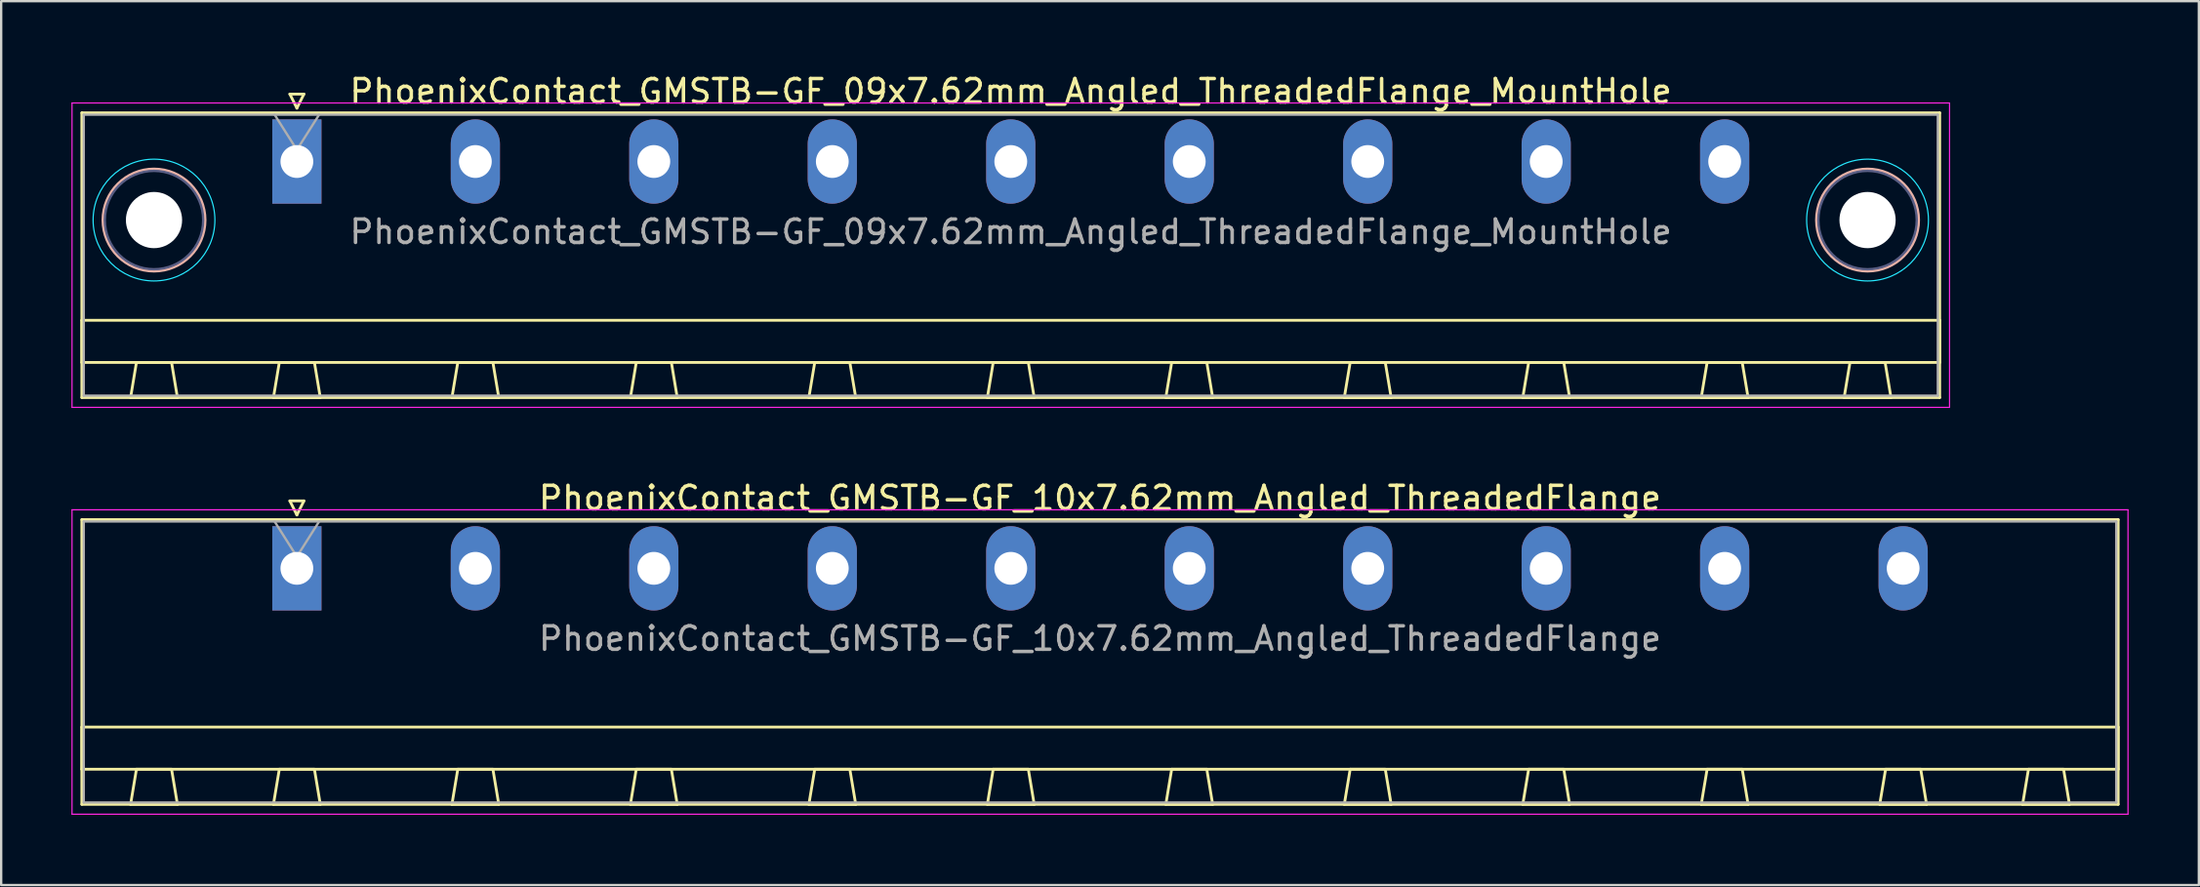
<source format=kicad_pcb>
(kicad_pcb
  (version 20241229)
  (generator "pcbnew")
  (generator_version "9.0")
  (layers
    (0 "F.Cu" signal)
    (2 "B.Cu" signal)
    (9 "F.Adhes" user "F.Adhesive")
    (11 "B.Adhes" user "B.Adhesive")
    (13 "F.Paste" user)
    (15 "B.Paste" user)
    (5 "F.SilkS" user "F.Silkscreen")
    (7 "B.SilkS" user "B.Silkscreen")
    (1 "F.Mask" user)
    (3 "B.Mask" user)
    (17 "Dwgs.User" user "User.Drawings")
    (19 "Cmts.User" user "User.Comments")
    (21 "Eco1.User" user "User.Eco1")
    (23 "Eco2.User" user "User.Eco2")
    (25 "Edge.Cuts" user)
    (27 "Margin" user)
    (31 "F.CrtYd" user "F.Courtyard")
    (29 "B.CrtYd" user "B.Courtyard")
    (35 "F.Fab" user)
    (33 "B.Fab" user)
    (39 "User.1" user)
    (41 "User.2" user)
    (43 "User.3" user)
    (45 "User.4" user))
  (footprint "PhoenixContact_GMSTB-GF_10x7.62mm_Angled_ThreadedFlange"
    (layer "F.Cu")
    (at 9.625 21.221)
    (property "Reference" "PhoenixContact_GMSTB-GF_10x7.62mm_Angled_ThreadedFlange" (at 34.29 -3 0) (layer "F.SilkS") (effects (font (size 1 1) (thickness 0.15))))
    (attr through_hole)
    (fp_line (start -9.18 -2.08) (end -9.18 10.08) (stroke (width 0.12) (type solid)) (layer "F.SilkS"))
    (fp_line (start -9.18 6.78) (end 77.76 6.78) (stroke (width 0.12) (type solid)) (layer "F.SilkS"))
    (fp_line (start -9.18 8.58) (end -9.18 6.78) (stroke (width 0.12) (type solid)) (layer "F.SilkS"))
    (fp_line (start -9.18 10.08) (end 77.76 10.08) (stroke (width 0.12) (type solid)) (layer "F.SilkS"))
    (fp_line (start -7.1 10.08) (end -5.1 10.08) (stroke (width 0.12) (type solid)) (layer "F.SilkS"))
    (fp_line (start -6.85 8.58) (end -7.1 10.08) (stroke (width 0.12) (type solid)) (layer "F.SilkS"))
    (fp_line (start -5.35 8.58) (end -6.85 8.58) (stroke (width 0.12) (type solid)) (layer "F.SilkS"))
    (fp_line (start -5.1 10.08) (end -5.35 8.58) (stroke (width 0.12) (type solid)) (layer "F.SilkS"))
    (fp_line (start -1 10.08) (end 1 10.08) (stroke (width 0.12) (type solid)) (layer "F.SilkS"))
    (fp_line (start -0.75 8.58) (end -1 10.08) (stroke (width 0.12) (type solid)) (layer "F.SilkS"))
    (fp_line (start -0.3 -2.88) (end 0.3 -2.88) (stroke (width 0.12) (type solid)) (layer "F.SilkS"))
    (fp_line (start 0 -2.28) (end -0.3 -2.88) (stroke (width 0.12) (type solid)) (layer "F.SilkS"))
    (fp_line (start 0.3 -2.88) (end 0 -2.28) (stroke (width 0.12) (type solid)) (layer "F.SilkS"))
    (fp_line (start 0.75 8.58) (end -0.75 8.58) (stroke (width 0.12) (type solid)) (layer "F.SilkS"))
    (fp_line (start 1 10.08) (end 0.75 8.58) (stroke (width 0.12) (type solid)) (layer "F.SilkS"))
    (fp_line (start 6.62 10.08) (end 8.62 10.08) (stroke (width 0.12) (type solid)) (layer "F.SilkS"))
    (fp_line (start 6.87 8.58) (end 6.62 10.08) (stroke (width 0.12) (type solid)) (layer "F.SilkS"))
    (fp_line (start 8.37 8.58) (end 6.87 8.58) (stroke (width 0.12) (type solid)) (layer "F.SilkS"))
    (fp_line (start 8.62 10.08) (end 8.37 8.58) (stroke (width 0.12) (type solid)) (layer "F.SilkS"))
    (fp_line (start 14.24 10.08) (end 16.24 10.08) (stroke (width 0.12) (type solid)) (layer "F.SilkS"))
    (fp_line (start 14.49 8.58) (end 14.24 10.08) (stroke (width 0.12) (type solid)) (layer "F.SilkS"))
    (fp_line (start 15.99 8.58) (end 14.49 8.58) (stroke (width 0.12) (type solid)) (layer "F.SilkS"))
    (fp_line (start 16.24 10.08) (end 15.99 8.58) (stroke (width 0.12) (type solid)) (layer "F.SilkS"))
    (fp_line (start 21.86 10.08) (end 23.86 10.08) (stroke (width 0.12) (type solid)) (layer "F.SilkS"))
    (fp_line (start 22.11 8.58) (end 21.86 10.08) (stroke (width 0.12) (type solid)) (layer "F.SilkS"))
    (fp_line (start 23.61 8.58) (end 22.11 8.58) (stroke (width 0.12) (type solid)) (layer "F.SilkS"))
    (fp_line (start 23.86 10.08) (end 23.61 8.58) (stroke (width 0.12) (type solid)) (layer "F.SilkS"))
    (fp_line (start 29.48 10.08) (end 31.48 10.08) (stroke (width 0.12) (type solid)) (layer "F.SilkS"))
    (fp_line (start 29.73 8.58) (end 29.48 10.08) (stroke (width 0.12) (type solid)) (layer "F.SilkS"))
    (fp_line (start 31.23 8.58) (end 29.73 8.58) (stroke (width 0.12) (type solid)) (layer "F.SilkS"))
    (fp_line (start 31.48 10.08) (end 31.23 8.58) (stroke (width 0.12) (type solid)) (layer "F.SilkS"))
    (fp_line (start 37.1 10.08) (end 39.1 10.08) (stroke (width 0.12) (type solid)) (layer "F.SilkS"))
    (fp_line (start 37.35 8.58) (end 37.1 10.08) (stroke (width 0.12) (type solid)) (layer "F.SilkS"))
    (fp_line (start 38.85 8.58) (end 37.35 8.58) (stroke (width 0.12) (type solid)) (layer "F.SilkS"))
    (fp_line (start 39.1 10.08) (end 38.85 8.58) (stroke (width 0.12) (type solid)) (layer "F.SilkS"))
    (fp_line (start 44.72 10.08) (end 46.72 10.08) (stroke (width 0.12) (type solid)) (layer "F.SilkS"))
    (fp_line (start 44.97 8.58) (end 44.72 10.08) (stroke (width 0.12) (type solid)) (layer "F.SilkS"))
    (fp_line (start 46.47 8.58) (end 44.97 8.58) (stroke (width 0.12) (type solid)) (layer "F.SilkS"))
    (fp_line (start 46.72 10.08) (end 46.47 8.58) (stroke (width 0.12) (type solid)) (layer "F.SilkS"))
    (fp_line (start 52.34 10.08) (end 54.34 10.08) (stroke (width 0.12) (type solid)) (layer "F.SilkS"))
    (fp_line (start 52.59 8.58) (end 52.34 10.08) (stroke (width 0.12) (type solid)) (layer "F.SilkS"))
    (fp_line (start 54.09 8.58) (end 52.59 8.58) (stroke (width 0.12) (type solid)) (layer "F.SilkS"))
    (fp_line (start 54.34 10.08) (end 54.09 8.58) (stroke (width 0.12) (type solid)) (layer "F.SilkS"))
    (fp_line (start 59.96 10.08) (end 61.96 10.08) (stroke (width 0.12) (type solid)) (layer "F.SilkS"))
    (fp_line (start 60.21 8.58) (end 59.96 10.08) (stroke (width 0.12) (type solid)) (layer "F.SilkS"))
    (fp_line (start 61.71 8.58) (end 60.21 8.58) (stroke (width 0.12) (type solid)) (layer "F.SilkS"))
    (fp_line (start 61.96 10.08) (end 61.71 8.58) (stroke (width 0.12) (type solid)) (layer "F.SilkS"))
    (fp_line (start 67.58 10.08) (end 69.58 10.08) (stroke (width 0.12) (type solid)) (layer "F.SilkS"))
    (fp_line (start 67.83 8.58) (end 67.58 10.08) (stroke (width 0.12) (type solid)) (layer "F.SilkS"))
    (fp_line (start 69.33 8.58) (end 67.83 8.58) (stroke (width 0.12) (type solid)) (layer "F.SilkS"))
    (fp_line (start 69.58 10.08) (end 69.33 8.58) (stroke (width 0.12) (type solid)) (layer "F.SilkS"))
    (fp_line (start 73.68 10.08) (end 75.68 10.08) (stroke (width 0.12) (type solid)) (layer "F.SilkS"))
    (fp_line (start 73.93 8.58) (end 73.68 10.08) (stroke (width 0.12) (type solid)) (layer "F.SilkS"))
    (fp_line (start 75.43 8.58) (end 73.93 8.58) (stroke (width 0.12) (type solid)) (layer "F.SilkS"))
    (fp_line (start 75.68 10.08) (end 75.43 8.58) (stroke (width 0.12) (type solid)) (layer "F.SilkS"))
    (fp_line (start 77.76 -2.08) (end -9.18 -2.08) (stroke (width 0.12) (type solid)) (layer "F.SilkS"))
    (fp_line (start 77.76 6.78) (end 77.76 8.58) (stroke (width 0.12) (type solid)) (layer "F.SilkS"))
    (fp_line (start 77.76 8.58) (end -9.18 8.58) (stroke (width 0.12) (type solid)) (layer "F.SilkS"))
    (fp_line (start 77.76 10.08) (end 77.76 -2.08) (stroke (width 0.12) (type solid)) (layer "F.SilkS"))
    (fp_line (start -9.6 -2.5) (end -9.6 10.5) (stroke (width 0.05) (type solid)) (layer "F.CrtYd"))
    (fp_line (start -9.6 10.5) (end 78.18 10.5) (stroke (width 0.05) (type solid)) (layer "F.CrtYd"))
    (fp_line (start 78.18 -2.5) (end -9.6 -2.5) (stroke (width 0.05) (type solid)) (layer "F.CrtYd"))
    (fp_line (start 78.18 10.5) (end 78.18 -2.5) (stroke (width 0.05) (type solid)) (layer "F.CrtYd"))
    (fp_line (start -9.1 -2) (end -9.1 10) (stroke (width 0.1) (type solid)) (layer "F.Fab"))
    (fp_line (start -9.1 10) (end 77.68 10) (stroke (width 0.1) (type solid)) (layer "F.Fab"))
    (fp_line (start 0 -0.5) (end -0.95 -2) (stroke (width 0.1) (type solid)) (layer "F.Fab"))
    (fp_line (start 0.95 -2) (end 0 -0.5) (stroke (width 0.1) (type solid)) (layer "F.Fab"))
    (fp_line (start 77.68 -2) (end -9.1 -2) (stroke (width 0.1) (type solid)) (layer "F.Fab"))
    (fp_line (start 77.68 10) (end 77.68 -2) (stroke (width 0.1) (type solid)) (layer "F.Fab"))
    (fp_text user "${REFERENCE}" (at 34.29 3 0) (layer "F.Fab") (effects (font (size 1 1) (thickness 0.15))))
    (pad "1" thru_hole rect (at 0 0) (size 2.1 3.6) (drill 1.4) (layers "*.Cu" "*.Mask"))
    (pad "2" thru_hole oval (at 7.62 0) (size 2.1 3.6) (drill 1.4) (layers "*.Cu" "*.Mask"))
    (pad "3" thru_hole oval (at 15.24 0) (size 2.1 3.6) (drill 1.4) (layers "*.Cu" "*.Mask"))
    (pad "4" thru_hole oval (at 22.86 0) (size 2.1 3.6) (drill 1.4) (layers "*.Cu" "*.Mask"))
    (pad "5" thru_hole oval (at 30.48 0) (size 2.1 3.6) (drill 1.4) (layers "*.Cu" "*.Mask"))
    (pad "6" thru_hole oval (at 38.1 0) (size 2.1 3.6) (drill 1.4) (layers "*.Cu" "*.Mask"))
    (pad "7" thru_hole oval (at 45.72 0) (size 2.1 3.6) (drill 1.4) (layers "*.Cu" "*.Mask"))
    (pad "8" thru_hole oval (at 53.34 0) (size 2.1 3.6) (drill 1.4) (layers "*.Cu" "*.Mask"))
    (pad "9" thru_hole oval (at 60.96 0) (size 2.1 3.6) (drill 1.4) (layers "*.Cu" "*.Mask"))
    (pad "10" thru_hole oval (at 68.58 0) (size 2.1 3.6) (drill 1.4) (layers "*.Cu" "*.Mask")))
  (footprint "PhoenixContact_GMSTB-GF_09x7.62mm_Angled_ThreadedFlange_MountHole"
    (layer "F.Cu")
    (at 9.625 3.848)
    (property "Reference" "PhoenixContact_GMSTB-GF_09x7.62mm_Angled_ThreadedFlange_MountHole" (at 30.48 -3 0) (layer "F.SilkS") (effects (font (size 1 1) (thickness 0.15))))
    (attr through_hole)
    (fp_line (start -9.18 -2.08) (end -9.18 10.08) (stroke (width 0.12) (type solid)) (layer "F.SilkS"))
    (fp_line (start -9.18 6.78) (end 70.14 6.78) (stroke (width 0.12) (type solid)) (layer "F.SilkS"))
    (fp_line (start -9.18 8.58) (end -9.18 6.78) (stroke (width 0.12) (type solid)) (layer "F.SilkS"))
    (fp_line (start -9.18 10.08) (end 70.14 10.08) (stroke (width 0.12) (type solid)) (layer "F.SilkS"))
    (fp_line (start -7.1 10.08) (end -5.1 10.08) (stroke (width 0.12) (type solid)) (layer "F.SilkS"))
    (fp_line (start -6.85 8.58) (end -7.1 10.08) (stroke (width 0.12) (type solid)) (layer "F.SilkS"))
    (fp_line (start -5.35 8.58) (end -6.85 8.58) (stroke (width 0.12) (type solid)) (layer "F.SilkS"))
    (fp_line (start -5.1 10.08) (end -5.35 8.58) (stroke (width 0.12) (type solid)) (layer "F.SilkS"))
    (fp_line (start -1 10.08) (end 1 10.08) (stroke (width 0.12) (type solid)) (layer "F.SilkS"))
    (fp_line (start -0.75 8.58) (end -1 10.08) (stroke (width 0.12) (type solid)) (layer "F.SilkS"))
    (fp_line (start -0.3 -2.88) (end 0.3 -2.88) (stroke (width 0.12) (type solid)) (layer "F.SilkS"))
    (fp_line (start 0 -2.28) (end -0.3 -2.88) (stroke (width 0.12) (type solid)) (layer "F.SilkS"))
    (fp_line (start 0.3 -2.88) (end 0 -2.28) (stroke (width 0.12) (type solid)) (layer "F.SilkS"))
    (fp_line (start 0.75 8.58) (end -0.75 8.58) (stroke (width 0.12) (type solid)) (layer "F.SilkS"))
    (fp_line (start 1 10.08) (end 0.75 8.58) (stroke (width 0.12) (type solid)) (layer "F.SilkS"))
    (fp_line (start 6.62 10.08) (end 8.62 10.08) (stroke (width 0.12) (type solid)) (layer "F.SilkS"))
    (fp_line (start 6.87 8.58) (end 6.62 10.08) (stroke (width 0.12) (type solid)) (layer "F.SilkS"))
    (fp_line (start 8.37 8.58) (end 6.87 8.58) (stroke (width 0.12) (type solid)) (layer "F.SilkS"))
    (fp_line (start 8.62 10.08) (end 8.37 8.58) (stroke (width 0.12) (type solid)) (layer "F.SilkS"))
    (fp_line (start 14.24 10.08) (end 16.24 10.08) (stroke (width 0.12) (type solid)) (layer "F.SilkS"))
    (fp_line (start 14.49 8.58) (end 14.24 10.08) (stroke (width 0.12) (type solid)) (layer "F.SilkS"))
    (fp_line (start 15.99 8.58) (end 14.49 8.58) (stroke (width 0.12) (type solid)) (layer "F.SilkS"))
    (fp_line (start 16.24 10.08) (end 15.99 8.58) (stroke (width 0.12) (type solid)) (layer "F.SilkS"))
    (fp_line (start 21.86 10.08) (end 23.86 10.08) (stroke (width 0.12) (type solid)) (layer "F.SilkS"))
    (fp_line (start 22.11 8.58) (end 21.86 10.08) (stroke (width 0.12) (type solid)) (layer "F.SilkS"))
    (fp_line (start 23.61 8.58) (end 22.11 8.58) (stroke (width 0.12) (type solid)) (layer "F.SilkS"))
    (fp_line (start 23.86 10.08) (end 23.61 8.58) (stroke (width 0.12) (type solid)) (layer "F.SilkS"))
    (fp_line (start 29.48 10.08) (end 31.48 10.08) (stroke (width 0.12) (type solid)) (layer "F.SilkS"))
    (fp_line (start 29.73 8.58) (end 29.48 10.08) (stroke (width 0.12) (type solid)) (layer "F.SilkS"))
    (fp_line (start 31.23 8.58) (end 29.73 8.58) (stroke (width 0.12) (type solid)) (layer "F.SilkS"))
    (fp_line (start 31.48 10.08) (end 31.23 8.58) (stroke (width 0.12) (type solid)) (layer "F.SilkS"))
    (fp_line (start 37.1 10.08) (end 39.1 10.08) (stroke (width 0.12) (type solid)) (layer "F.SilkS"))
    (fp_line (start 37.35 8.58) (end 37.1 10.08) (stroke (width 0.12) (type solid)) (layer "F.SilkS"))
    (fp_line (start 38.85 8.58) (end 37.35 8.58) (stroke (width 0.12) (type solid)) (layer "F.SilkS"))
    (fp_line (start 39.1 10.08) (end 38.85 8.58) (stroke (width 0.12) (type solid)) (layer "F.SilkS"))
    (fp_line (start 44.72 10.08) (end 46.72 10.08) (stroke (width 0.12) (type solid)) (layer "F.SilkS"))
    (fp_line (start 44.97 8.58) (end 44.72 10.08) (stroke (width 0.12) (type solid)) (layer "F.SilkS"))
    (fp_line (start 46.47 8.58) (end 44.97 8.58) (stroke (width 0.12) (type solid)) (layer "F.SilkS"))
    (fp_line (start 46.72 10.08) (end 46.47 8.58) (stroke (width 0.12) (type solid)) (layer "F.SilkS"))
    (fp_line (start 52.34 10.08) (end 54.34 10.08) (stroke (width 0.12) (type solid)) (layer "F.SilkS"))
    (fp_line (start 52.59 8.58) (end 52.34 10.08) (stroke (width 0.12) (type solid)) (layer "F.SilkS"))
    (fp_line (start 54.09 8.58) (end 52.59 8.58) (stroke (width 0.12) (type solid)) (layer "F.SilkS"))
    (fp_line (start 54.34 10.08) (end 54.09 8.58) (stroke (width 0.12) (type solid)) (layer "F.SilkS"))
    (fp_line (start 59.96 10.08) (end 61.96 10.08) (stroke (width 0.12) (type solid)) (layer "F.SilkS"))
    (fp_line (start 60.21 8.58) (end 59.96 10.08) (stroke (width 0.12) (type solid)) (layer "F.SilkS"))
    (fp_line (start 61.71 8.58) (end 60.21 8.58) (stroke (width 0.12) (type solid)) (layer "F.SilkS"))
    (fp_line (start 61.96 10.08) (end 61.71 8.58) (stroke (width 0.12) (type solid)) (layer "F.SilkS"))
    (fp_line (start 66.06 10.08) (end 68.06 10.08) (stroke (width 0.12) (type solid)) (layer "F.SilkS"))
    (fp_line (start 66.31 8.58) (end 66.06 10.08) (stroke (width 0.12) (type solid)) (layer "F.SilkS"))
    (fp_line (start 67.81 8.58) (end 66.31 8.58) (stroke (width 0.12) (type solid)) (layer "F.SilkS"))
    (fp_line (start 68.06 10.08) (end 67.81 8.58) (stroke (width 0.12) (type solid)) (layer "F.SilkS"))
    (fp_line (start 70.14 -2.08) (end -9.18 -2.08) (stroke (width 0.12) (type solid)) (layer "F.SilkS"))
    (fp_line (start 70.14 6.78) (end 70.14 8.58) (stroke (width 0.12) (type solid)) (layer "F.SilkS"))
    (fp_line (start 70.14 8.58) (end -9.18 8.58) (stroke (width 0.12) (type solid)) (layer "F.SilkS"))
    (fp_line (start 70.14 10.08) (end 70.14 -2.08) (stroke (width 0.12) (type solid)) (layer "F.SilkS"))
    (fp_circle (center -6.1 2.5) (end -3.92 2.5) (stroke (width 0.12) (type solid)) (fill no) (layer "B.SilkS"))
    (fp_circle (center 67.06 2.5) (end 69.24 2.5) (stroke (width 0.12) (type solid)) (fill no) (layer "B.SilkS"))
    (fp_circle (center -6.1 2.5) (end -3.5 2.5) (stroke (width 0.05) (type solid)) (fill no) (layer "B.CrtYd"))
    (fp_circle (center 67.06 2.5) (end 69.66 2.5) (stroke (width 0.05) (type solid)) (fill no) (layer "B.CrtYd"))
    (fp_line (start -9.6 -2.5) (end -9.6 10.5) (stroke (width 0.05) (type solid)) (layer "F.CrtYd"))
    (fp_line (start -9.6 10.5) (end 70.56 10.5) (stroke (width 0.05) (type solid)) (layer "F.CrtYd"))
    (fp_line (start 70.56 -2.5) (end -9.6 -2.5) (stroke (width 0.05) (type solid)) (layer "F.CrtYd"))
    (fp_line (start 70.56 10.5) (end 70.56 -2.5) (stroke (width 0.05) (type solid)) (layer "F.CrtYd"))
    (fp_circle (center -6.1 2.5) (end -4 2.5) (stroke (width 0.1) (type solid)) (fill no) (layer "B.Fab"))
    (fp_circle (center 67.06 2.5) (end 69.16 2.5) (stroke (width 0.1) (type solid)) (fill no) (layer "B.Fab"))
    (fp_line (start -9.1 -2) (end -9.1 10) (stroke (width 0.1) (type solid)) (layer "F.Fab"))
    (fp_line (start -9.1 10) (end 70.06 10) (stroke (width 0.1) (type solid)) (layer "F.Fab"))
    (fp_line (start 0 -0.5) (end -0.95 -2) (stroke (width 0.1) (type solid)) (layer "F.Fab"))
    (fp_line (start 0.95 -2) (end 0 -0.5) (stroke (width 0.1) (type solid)) (layer "F.Fab"))
    (fp_line (start 70.06 -2) (end -9.1 -2) (stroke (width 0.1) (type solid)) (layer "F.Fab"))
    (fp_line (start 70.06 10) (end 70.06 -2) (stroke (width 0.1) (type solid)) (layer "F.Fab"))
    (fp_text user "${REFERENCE}" (at 30.48 3 0) (layer "F.Fab") (effects (font (size 1 1) (thickness 0.15))))
    (pad "" np_thru_hole circle (at -6.1 2.5) (size 2.4 2.4) (drill 2.4) (layers "*.Cu" "*.Mask"))
    (pad "" np_thru_hole circle (at 67.06 2.5) (size 2.4 2.4) (drill 2.4) (layers "*.Cu" "*.Mask"))
    (pad "1" thru_hole rect (at 0 0) (size 2.1 3.6) (drill 1.4) (layers "*.Cu" "*.Mask"))
    (pad "2" thru_hole oval (at 7.62 0) (size 2.1 3.6) (drill 1.4) (layers "*.Cu" "*.Mask"))
    (pad "3" thru_hole oval (at 15.24 0) (size 2.1 3.6) (drill 1.4) (layers "*.Cu" "*.Mask"))
    (pad "4" thru_hole oval (at 22.86 0) (size 2.1 3.6) (drill 1.4) (layers "*.Cu" "*.Mask"))
    (pad "5" thru_hole oval (at 30.48 0) (size 2.1 3.6) (drill 1.4) (layers "*.Cu" "*.Mask"))
    (pad "6" thru_hole oval (at 38.1 0) (size 2.1 3.6) (drill 1.4) (layers "*.Cu" "*.Mask"))
    (pad "7" thru_hole oval (at 45.72 0) (size 2.1 3.6) (drill 1.4) (layers "*.Cu" "*.Mask"))
    (pad "8" thru_hole oval (at 53.34 0) (size 2.1 3.6) (drill 1.4) (layers "*.Cu" "*.Mask"))
    (pad "9" thru_hole oval (at 60.96 0) (size 2.1 3.6) (drill 1.4) (layers "*.Cu" "*.Mask")))
  (gr_rect
    (start -3 -3)
    (end 90.83 34.746)
    (stroke (width 0.1) (type default))
    (fill no)
    (layer "Edge.Cuts")))
</source>
